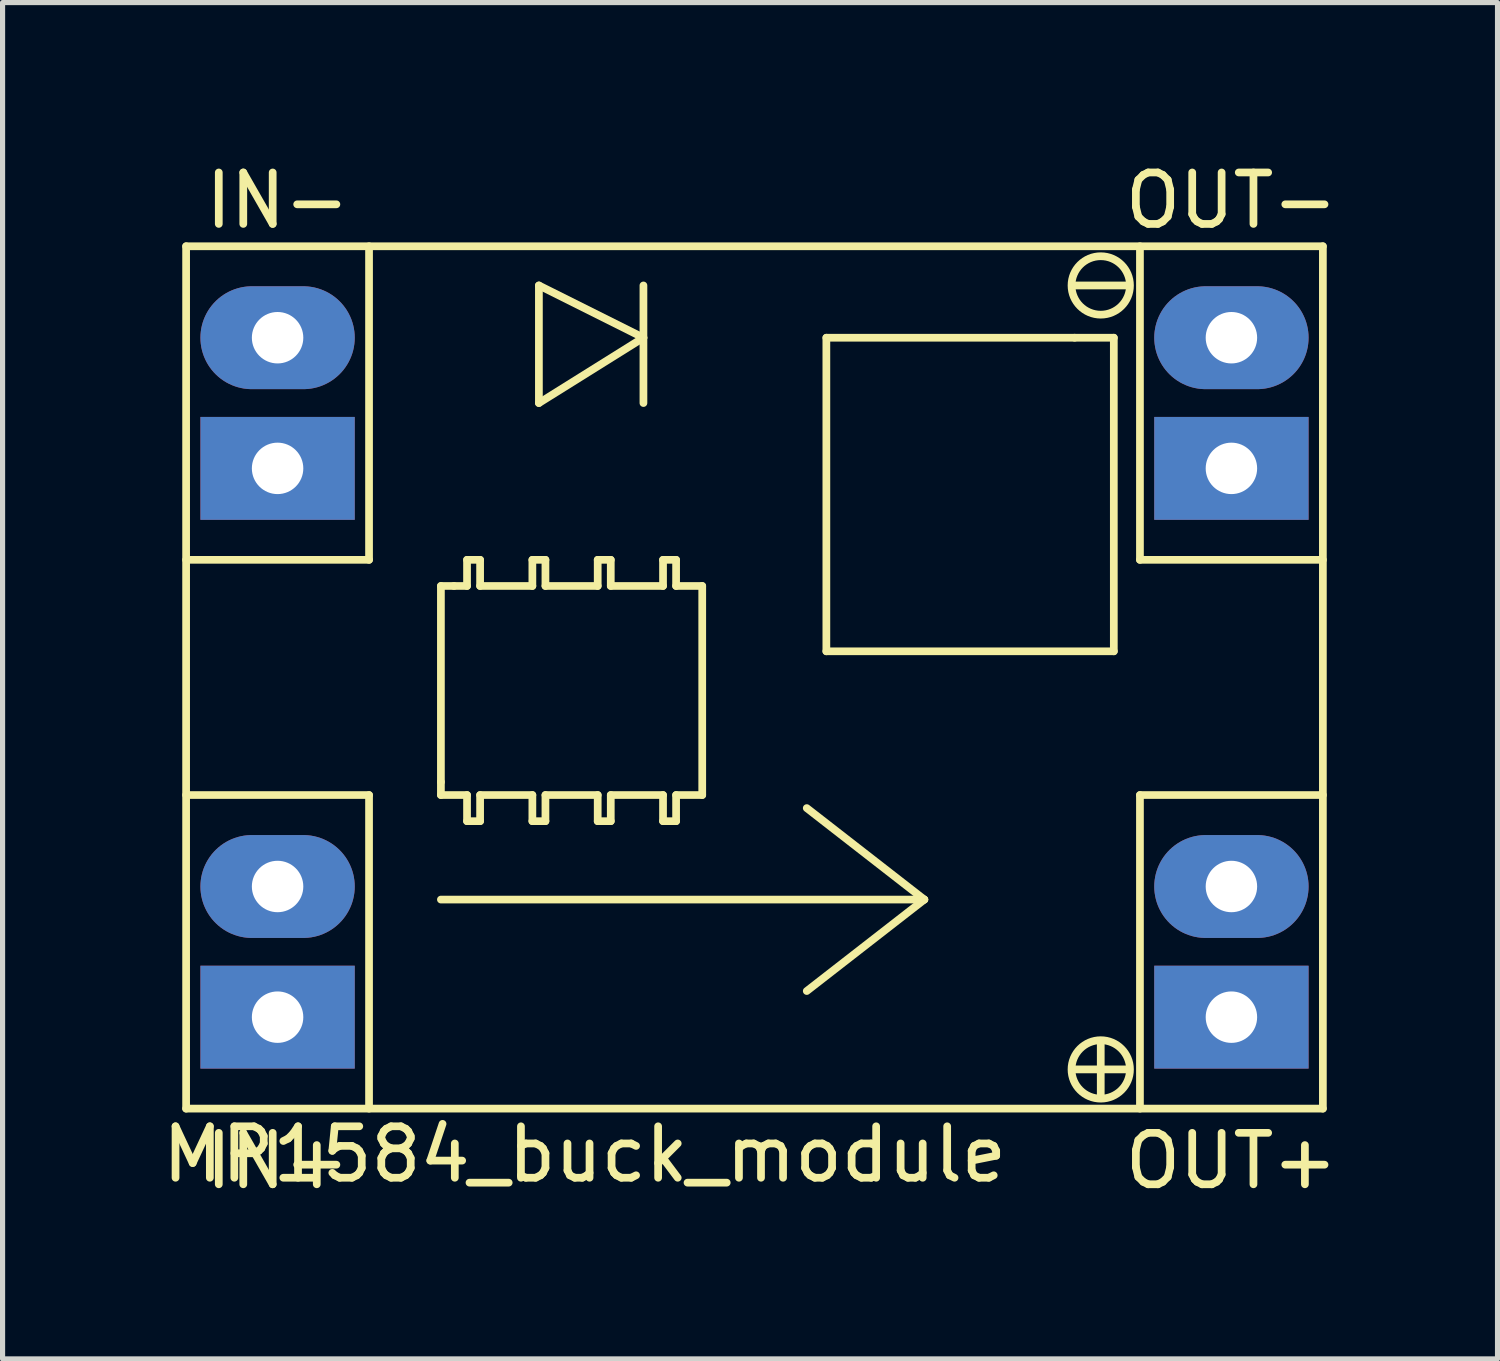
<source format=kicad_pcb>
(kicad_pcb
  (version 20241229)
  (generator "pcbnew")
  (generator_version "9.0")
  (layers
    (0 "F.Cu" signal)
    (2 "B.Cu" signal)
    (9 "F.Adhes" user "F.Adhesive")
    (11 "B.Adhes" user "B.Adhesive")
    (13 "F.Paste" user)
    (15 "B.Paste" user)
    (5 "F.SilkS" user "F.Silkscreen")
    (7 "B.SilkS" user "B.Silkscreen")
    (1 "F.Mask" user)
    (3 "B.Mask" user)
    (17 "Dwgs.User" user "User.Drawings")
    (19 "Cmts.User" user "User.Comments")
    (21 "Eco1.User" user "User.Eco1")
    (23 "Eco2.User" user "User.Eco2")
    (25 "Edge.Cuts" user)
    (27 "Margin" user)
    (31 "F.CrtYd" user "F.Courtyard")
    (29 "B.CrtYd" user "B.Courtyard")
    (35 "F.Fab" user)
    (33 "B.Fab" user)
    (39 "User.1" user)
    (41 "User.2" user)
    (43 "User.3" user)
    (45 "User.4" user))
  (footprint "MP1584_buck_module"
    (layer "F.Cu")
    (at 11.617 10.119)
    (property "Reference" "MP1584_buck_module" (at -3.302 9.271 180) (layer "F.SilkS") (effects (font (size 1 1) (thickness 0.15))))
    (attr through_hole)
    (fp_line (start -11.049 -8.382) (end 11.049 -8.382) (stroke (width 0.15) (type solid)) (layer "F.SilkS"))
    (fp_line (start -11.049 2.286) (end -7.493 2.286) (stroke (width 0.15) (type solid)) (layer "F.SilkS"))
    (fp_line (start -11.049 8.382) (end -11.049 -8.382) (stroke (width 0.15) (type solid)) (layer "F.SilkS"))
    (fp_line (start -7.493 -8.382) (end -7.493 -2.286) (stroke (width 0.15) (type solid)) (layer "F.SilkS"))
    (fp_line (start -7.493 -2.286) (end -11.049 -2.286) (stroke (width 0.15) (type solid)) (layer "F.SilkS"))
    (fp_line (start -7.493 2.286) (end -7.493 8.382) (stroke (width 0.15) (type solid)) (layer "F.SilkS"))
    (fp_line (start -6.096 -1.778) (end -5.842 -1.778) (stroke (width 0.15) (type solid)) (layer "F.SilkS"))
    (fp_line (start -6.096 2.032) (end -6.096 -1.778) (stroke (width 0.15) (type solid)) (layer "F.SilkS"))
    (fp_line (start -6.096 2.286) (end -6.096 2.032) (stroke (width 0.15) (type solid)) (layer "F.SilkS"))
    (fp_line (start -6.096 4.318) (end 3.302 4.318) (stroke (width 0.15) (type solid)) (layer "F.SilkS"))
    (fp_line (start -5.842 -1.778) (end -5.588 -1.778) (stroke (width 0.15) (type solid)) (layer "F.SilkS"))
    (fp_line (start -5.588 -2.286) (end -5.334 -2.286) (stroke (width 0.15) (type solid)) (layer "F.SilkS"))
    (fp_line (start -5.588 -1.778) (end -5.588 -2.286) (stroke (width 0.15) (type solid)) (layer "F.SilkS"))
    (fp_line (start -5.588 2.286) (end -6.096 2.286) (stroke (width 0.15) (type solid)) (layer "F.SilkS"))
    (fp_line (start -5.588 2.794) (end -5.588 2.286) (stroke (width 0.15) (type solid)) (layer "F.SilkS"))
    (fp_line (start -5.334 -1.778) (end -5.334 -2.286) (stroke (width 0.15) (type solid)) (layer "F.SilkS"))
    (fp_line (start -5.334 -1.778) (end -4.318 -1.778) (stroke (width 0.15) (type solid)) (layer "F.SilkS"))
    (fp_line (start -5.334 2.286) (end -5.334 2.794) (stroke (width 0.15) (type solid)) (layer "F.SilkS"))
    (fp_line (start -5.334 2.794) (end -5.588 2.794) (stroke (width 0.15) (type solid)) (layer "F.SilkS"))
    (fp_line (start -4.318 -2.286) (end -4.064 -2.286) (stroke (width 0.15) (type solid)) (layer "F.SilkS"))
    (fp_line (start -4.318 -1.778) (end -4.318 -2.286) (stroke (width 0.15) (type solid)) (layer "F.SilkS"))
    (fp_line (start -4.318 2.286) (end -5.334 2.286) (stroke (width 0.15) (type solid)) (layer "F.SilkS"))
    (fp_line (start -4.318 2.794) (end -4.318 2.286) (stroke (width 0.15) (type solid)) (layer "F.SilkS"))
    (fp_line (start -4.191 -7.62) (end -4.191 -5.334) (stroke (width 0.15) (type solid)) (layer "F.SilkS"))
    (fp_line (start -4.191 -5.334) (end -2.159 -6.604) (stroke (width 0.15) (type solid)) (layer "F.SilkS"))
    (fp_line (start -4.064 -1.778) (end -4.064 -2.286) (stroke (width 0.15) (type solid)) (layer "F.SilkS"))
    (fp_line (start -4.064 -1.778) (end -3.048 -1.778) (stroke (width 0.15) (type solid)) (layer "F.SilkS"))
    (fp_line (start -4.064 2.286) (end -4.064 2.794) (stroke (width 0.15) (type solid)) (layer "F.SilkS"))
    (fp_line (start -4.064 2.794) (end -4.318 2.794) (stroke (width 0.15) (type solid)) (layer "F.SilkS"))
    (fp_line (start -3.048 -2.286) (end -2.794 -2.286) (stroke (width 0.15) (type solid)) (layer "F.SilkS"))
    (fp_line (start -3.048 -1.778) (end -3.048 -2.286) (stroke (width 0.15) (type solid)) (layer "F.SilkS"))
    (fp_line (start -3.048 2.286) (end -4.064 2.286) (stroke (width 0.15) (type solid)) (layer "F.SilkS"))
    (fp_line (start -3.048 2.794) (end -3.048 2.286) (stroke (width 0.15) (type solid)) (layer "F.SilkS"))
    (fp_line (start -2.794 -2.286) (end -2.794 -1.778) (stroke (width 0.15) (type solid)) (layer "F.SilkS"))
    (fp_line (start -2.794 -1.778) (end -1.778 -1.778) (stroke (width 0.15) (type solid)) (layer "F.SilkS"))
    (fp_line (start -2.794 2.286) (end -2.794 2.794) (stroke (width 0.15) (type solid)) (layer "F.SilkS"))
    (fp_line (start -2.794 2.794) (end -3.048 2.794) (stroke (width 0.15) (type solid)) (layer "F.SilkS"))
    (fp_line (start -2.159 -7.62) (end -2.159 -5.334) (stroke (width 0.15) (type solid)) (layer "F.SilkS"))
    (fp_line (start -2.159 -6.604) (end -4.191 -7.62) (stroke (width 0.15) (type solid)) (layer "F.SilkS"))
    (fp_line (start -1.778 -2.286) (end -1.524 -2.286) (stroke (width 0.15) (type solid)) (layer "F.SilkS"))
    (fp_line (start -1.778 -1.778) (end -1.778 -2.286) (stroke (width 0.15) (type solid)) (layer "F.SilkS"))
    (fp_line (start -1.778 2.286) (end -2.794 2.286) (stroke (width 0.15) (type solid)) (layer "F.SilkS"))
    (fp_line (start -1.778 2.794) (end -1.778 2.286) (stroke (width 0.15) (type solid)) (layer "F.SilkS"))
    (fp_line (start -1.524 -1.778) (end -1.524 -2.286) (stroke (width 0.15) (type solid)) (layer "F.SilkS"))
    (fp_line (start -1.524 -1.778) (end -1.016 -1.778) (stroke (width 0.15) (type solid)) (layer "F.SilkS"))
    (fp_line (start -1.524 2.286) (end -1.524 2.794) (stroke (width 0.15) (type solid)) (layer "F.SilkS"))
    (fp_line (start -1.524 2.794) (end -1.778 2.794) (stroke (width 0.15) (type solid)) (layer "F.SilkS"))
    (fp_line (start -1.016 -1.778) (end -1.016 2.286) (stroke (width 0.15) (type solid)) (layer "F.SilkS"))
    (fp_line (start -1.016 2.286) (end -1.524 2.286) (stroke (width 0.15) (type solid)) (layer "F.SilkS"))
    (fp_line (start 1.397 -6.604) (end 1.397 -0.508) (stroke (width 0.15) (type solid)) (layer "F.SilkS"))
    (fp_line (start 1.397 -0.508) (end 6.985 -0.508) (stroke (width 0.15) (type solid)) (layer "F.SilkS"))
    (fp_line (start 3.302 4.318) (end 1.016 2.54) (stroke (width 0.15) (type solid)) (layer "F.SilkS"))
    (fp_line (start 3.302 4.318) (end 1.016 6.096) (stroke (width 0.15) (type solid)) (layer "F.SilkS"))
    (fp_line (start 6.223 -7.62) (end 7.239 -7.62) (stroke (width 0.15) (type solid)) (layer "F.SilkS"))
    (fp_line (start 6.223 -6.604) (end 1.397 -6.604) (stroke (width 0.15) (type solid)) (layer "F.SilkS"))
    (fp_line (start 6.223 7.62) (end 7.239 7.62) (stroke (width 0.15) (type solid)) (layer "F.SilkS"))
    (fp_line (start 6.731 7.112) (end 6.731 8.128) (stroke (width 0.15) (type solid)) (layer "F.SilkS"))
    (fp_line (start 6.985 -6.604) (end 6.223 -6.604) (stroke (width 0.15) (type solid)) (layer "F.SilkS"))
    (fp_line (start 6.985 -0.508) (end 6.985 -6.604) (stroke (width 0.15) (type solid)) (layer "F.SilkS"))
    (fp_line (start 7.493 -2.286) (end 7.493 -8.382) (stroke (width 0.15) (type solid)) (layer "F.SilkS"))
    (fp_line (start 7.493 2.286) (end 11.049 2.286) (stroke (width 0.15) (type solid)) (layer "F.SilkS"))
    (fp_line (start 7.493 8.382) (end 7.493 2.286) (stroke (width 0.15) (type solid)) (layer "F.SilkS"))
    (fp_line (start 11.049 -8.382) (end 11.049 8.382) (stroke (width 0.15) (type solid)) (layer "F.SilkS"))
    (fp_line (start 11.049 -2.286) (end 7.493 -2.286) (stroke (width 0.15) (type solid)) (layer "F.SilkS"))
    (fp_line (start 11.049 8.382) (end -11.049 8.382) (stroke (width 0.15) (type solid)) (layer "F.SilkS"))
    (fp_circle (center 6.731 -7.62) (end 7.239 -7.874) (stroke (width 0.15) (type solid)) (fill no) (layer "F.SilkS"))
    (fp_circle (center 6.731 7.62) (end 7.239 7.874) (stroke (width 0.15) (type solid)) (fill no) (layer "F.SilkS"))
    (fp_text user "IN-" (at -9.271 -9.271 0) (layer "F.SilkS") (effects (font (size 1 1) (thickness 0.15))))
    (fp_text user "IN+" (at -9.271 9.398 180) (layer "F.SilkS") (effects (font (size 1 1) (thickness 0.15))))
    (fp_text user "OUT-" (at 9.271 -9.271 0) (layer "F.SilkS") (effects (font (size 1 1) (thickness 0.15))))
    (fp_text user "OUT+" (at 9.271 9.398 180) (layer "F.SilkS") (effects (font (size 1 1) (thickness 0.15))))
    (pad "1" thru_hole oval (at -9.271 4.064) (size 3 2) (drill 1) (layers "*.Cu" "*.Mask"))
    (pad "1" thru_hole rect (at -9.271 6.604) (size 3 2) (drill 1) (layers "*.Cu" "*.Mask"))
    (pad "2" thru_hole oval (at -9.271 -6.604) (size 3 2) (drill 1) (layers "*.Cu" "*.Mask"))
    (pad "2" thru_hole rect (at -9.271 -4.064) (size 3 2) (drill 1) (layers "*.Cu" "*.Mask"))
    (pad "3" thru_hole oval (at 9.271 -6.604) (size 3 2) (drill 1) (layers "*.Cu" "*.Mask"))
    (pad "3" thru_hole rect (at 9.271 -4.064) (size 3 2) (drill 1) (layers "*.Cu" "*.Mask"))
    (pad "4" thru_hole oval (at 9.271 4.064) (size 3 2) (drill 1) (layers "*.Cu" "*.Mask"))
    (pad "4" thru_hole rect (at 9.271 6.604) (size 3 2) (drill 1) (layers "*.Cu" "*.Mask")))
  (gr_rect
    (start -3 -3)
    (end 26.061 23.366)
    (stroke (width 0.1) (type default))
    (fill no)
    (layer "Edge.Cuts")))
</source>
